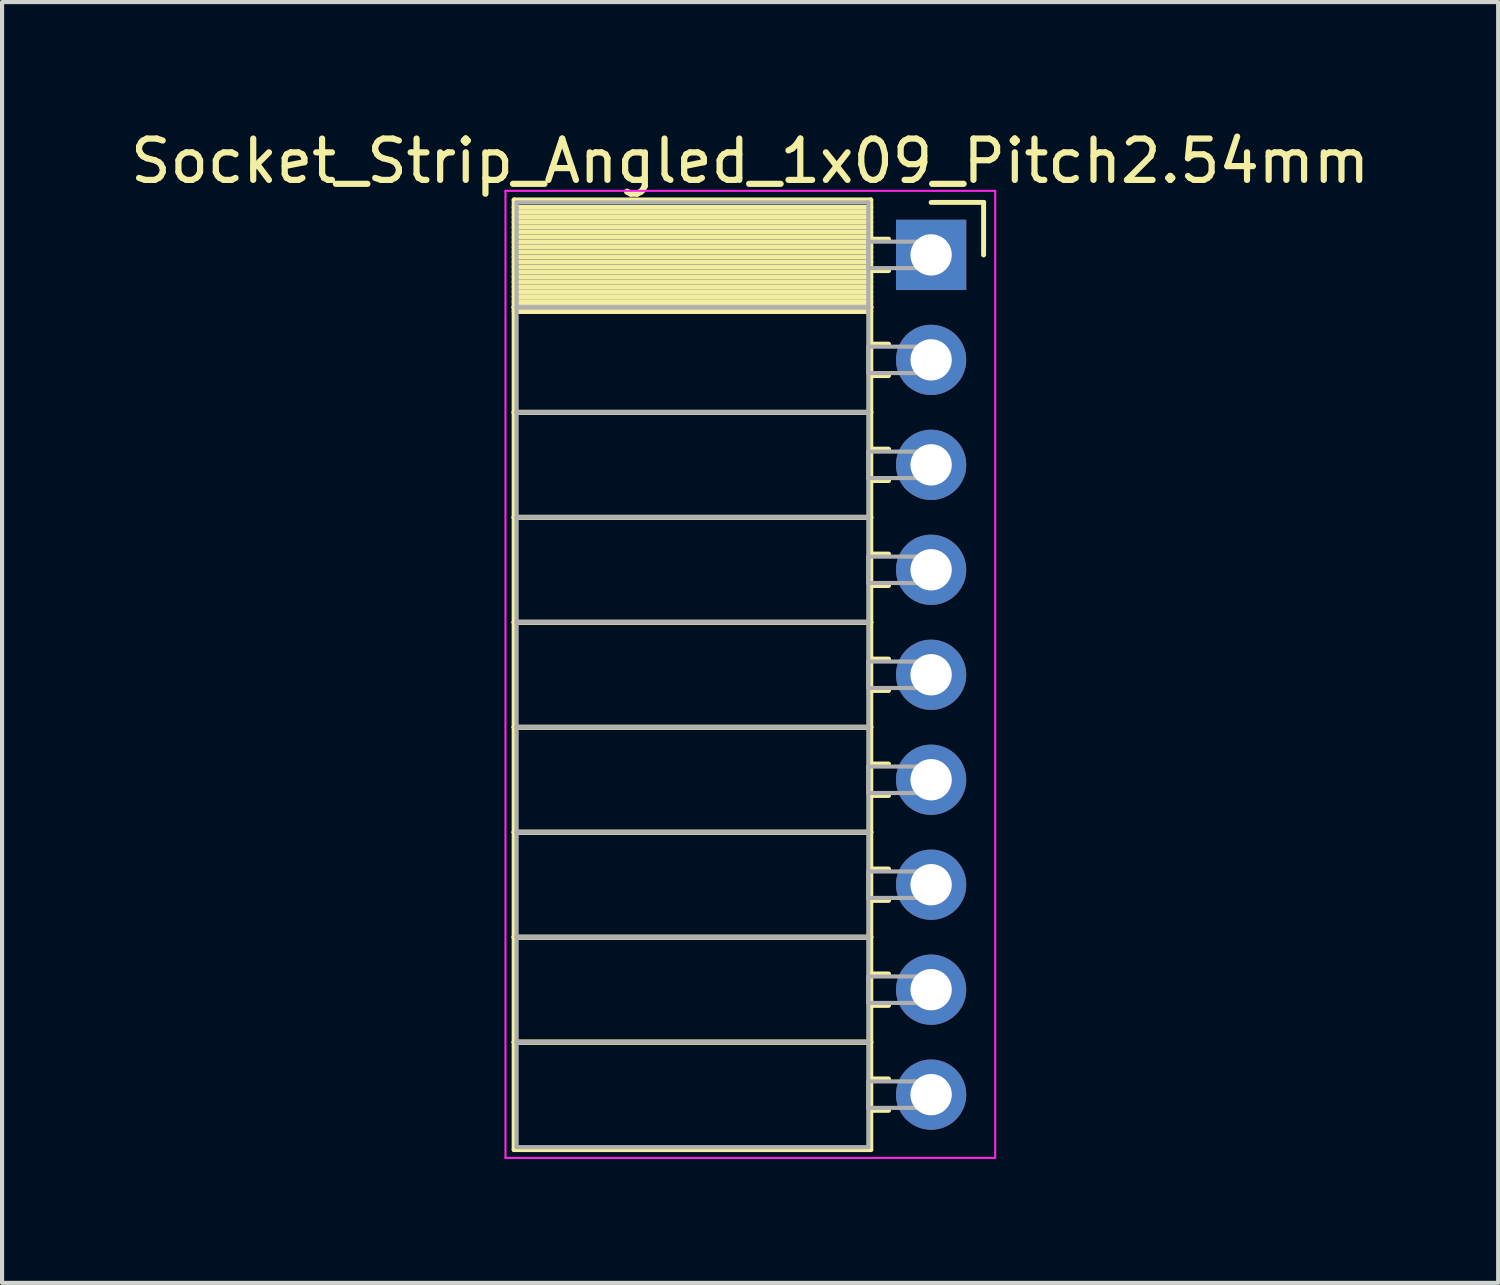
<source format=kicad_pcb>
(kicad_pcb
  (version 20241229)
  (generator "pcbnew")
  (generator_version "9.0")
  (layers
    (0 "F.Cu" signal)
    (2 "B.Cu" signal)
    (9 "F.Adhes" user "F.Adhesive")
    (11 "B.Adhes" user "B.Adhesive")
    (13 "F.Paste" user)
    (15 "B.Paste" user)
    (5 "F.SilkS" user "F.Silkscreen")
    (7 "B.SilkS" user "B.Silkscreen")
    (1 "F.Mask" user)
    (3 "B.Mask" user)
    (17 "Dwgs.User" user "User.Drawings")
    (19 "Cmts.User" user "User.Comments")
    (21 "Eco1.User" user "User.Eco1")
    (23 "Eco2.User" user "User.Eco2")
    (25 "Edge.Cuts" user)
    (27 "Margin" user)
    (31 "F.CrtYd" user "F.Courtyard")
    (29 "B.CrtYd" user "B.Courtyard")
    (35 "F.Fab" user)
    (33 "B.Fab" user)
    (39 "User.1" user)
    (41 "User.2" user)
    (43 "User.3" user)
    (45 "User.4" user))
  (footprint "Socket_Strip_Angled_1x09_Pitch2.54mm"
    (layer "F.Cu")
    (at 19.481 3.118)
    (property "Reference" "Socket_Strip_Angled_1x09_Pitch2.54mm" (at -4.38 -2.27 0) (layer "F.SilkS") (effects (font (size 1 1) (thickness 0.15))))
    (attr through_hole)
    (fp_line (start -10.09 -1.33) (end -1.46 -1.33) (stroke (width 0.12) (type solid)) (layer "F.SilkS"))
    (fp_line (start -10.09 1.27) (end -10.09 -1.33) (stroke (width 0.12) (type solid)) (layer "F.SilkS"))
    (fp_line (start -10.09 1.27) (end -1.46 1.27) (stroke (width 0.12) (type solid)) (layer "F.SilkS"))
    (fp_line (start -10.09 3.81) (end -10.09 1.27) (stroke (width 0.12) (type solid)) (layer "F.SilkS"))
    (fp_line (start -10.09 3.81) (end -1.46 3.81) (stroke (width 0.12) (type solid)) (layer "F.SilkS"))
    (fp_line (start -10.09 6.35) (end -10.09 3.81) (stroke (width 0.12) (type solid)) (layer "F.SilkS"))
    (fp_line (start -10.09 6.35) (end -1.46 6.35) (stroke (width 0.12) (type solid)) (layer "F.SilkS"))
    (fp_line (start -10.09 8.89) (end -10.09 6.35) (stroke (width 0.12) (type solid)) (layer "F.SilkS"))
    (fp_line (start -10.09 8.89) (end -1.46 8.89) (stroke (width 0.12) (type solid)) (layer "F.SilkS"))
    (fp_line (start -10.09 11.43) (end -10.09 8.89) (stroke (width 0.12) (type solid)) (layer "F.SilkS"))
    (fp_line (start -10.09 11.43) (end -1.46 11.43) (stroke (width 0.12) (type solid)) (layer "F.SilkS"))
    (fp_line (start -10.09 13.97) (end -10.09 11.43) (stroke (width 0.12) (type solid)) (layer "F.SilkS"))
    (fp_line (start -10.09 13.97) (end -1.46 13.97) (stroke (width 0.12) (type solid)) (layer "F.SilkS"))
    (fp_line (start -10.09 16.51) (end -10.09 13.97) (stroke (width 0.12) (type solid)) (layer "F.SilkS"))
    (fp_line (start -10.09 16.51) (end -1.46 16.51) (stroke (width 0.12) (type solid)) (layer "F.SilkS"))
    (fp_line (start -10.09 19.05) (end -10.09 16.51) (stroke (width 0.12) (type solid)) (layer "F.SilkS"))
    (fp_line (start -10.09 19.05) (end -1.46 19.05) (stroke (width 0.12) (type solid)) (layer "F.SilkS"))
    (fp_line (start -10.09 21.65) (end -10.09 19.05) (stroke (width 0.12) (type solid)) (layer "F.SilkS"))
    (fp_line (start -1.46 -1.33) (end -1.46 1.27) (stroke (width 0.12) (type solid)) (layer "F.SilkS"))
    (fp_line (start -1.46 -1.15) (end -10.09 -1.15) (stroke (width 0.12) (type solid)) (layer "F.SilkS"))
    (fp_line (start -1.46 -1.03) (end -10.09 -1.03) (stroke (width 0.12) (type solid)) (layer "F.SilkS"))
    (fp_line (start -1.46 -0.91) (end -10.09 -0.91) (stroke (width 0.12) (type solid)) (layer "F.SilkS"))
    (fp_line (start -1.46 -0.79) (end -10.09 -0.79) (stroke (width 0.12) (type solid)) (layer "F.SilkS"))
    (fp_line (start -1.46 -0.67) (end -10.09 -0.67) (stroke (width 0.12) (type solid)) (layer "F.SilkS"))
    (fp_line (start -1.46 -0.55) (end -10.09 -0.55) (stroke (width 0.12) (type solid)) (layer "F.SilkS"))
    (fp_line (start -1.46 -0.43) (end -10.09 -0.43) (stroke (width 0.12) (type solid)) (layer "F.SilkS"))
    (fp_line (start -1.46 -0.31) (end -10.09 -0.31) (stroke (width 0.12) (type solid)) (layer "F.SilkS"))
    (fp_line (start -1.46 -0.19) (end -10.09 -0.19) (stroke (width 0.12) (type solid)) (layer "F.SilkS"))
    (fp_line (start -1.46 -0.07) (end -10.09 -0.07) (stroke (width 0.12) (type solid)) (layer "F.SilkS"))
    (fp_line (start -1.46 0.05) (end -10.09 0.05) (stroke (width 0.12) (type solid)) (layer "F.SilkS"))
    (fp_line (start -1.46 0.17) (end -10.09 0.17) (stroke (width 0.12) (type solid)) (layer "F.SilkS"))
    (fp_line (start -1.46 0.29) (end -10.09 0.29) (stroke (width 0.12) (type solid)) (layer "F.SilkS"))
    (fp_line (start -1.46 0.41) (end -10.09 0.41) (stroke (width 0.12) (type solid)) (layer "F.SilkS"))
    (fp_line (start -1.46 0.53) (end -10.09 0.53) (stroke (width 0.12) (type solid)) (layer "F.SilkS"))
    (fp_line (start -1.46 0.65) (end -10.09 0.65) (stroke (width 0.12) (type solid)) (layer "F.SilkS"))
    (fp_line (start -1.46 0.77) (end -10.09 0.77) (stroke (width 0.12) (type solid)) (layer "F.SilkS"))
    (fp_line (start -1.46 0.89) (end -10.09 0.89) (stroke (width 0.12) (type solid)) (layer "F.SilkS"))
    (fp_line (start -1.46 1.01) (end -10.09 1.01) (stroke (width 0.12) (type solid)) (layer "F.SilkS"))
    (fp_line (start -1.46 1.13) (end -10.09 1.13) (stroke (width 0.12) (type solid)) (layer "F.SilkS"))
    (fp_line (start -1.46 1.25) (end -10.09 1.25) (stroke (width 0.12) (type solid)) (layer "F.SilkS"))
    (fp_line (start -1.46 1.27) (end -10.09 1.27) (stroke (width 0.12) (type solid)) (layer "F.SilkS"))
    (fp_line (start -1.46 1.27) (end -1.46 3.81) (stroke (width 0.12) (type solid)) (layer "F.SilkS"))
    (fp_line (start -1.46 1.37) (end -10.09 1.37) (stroke (width 0.12) (type solid)) (layer "F.SilkS"))
    (fp_line (start -1.46 3.81) (end -10.09 3.81) (stroke (width 0.12) (type solid)) (layer "F.SilkS"))
    (fp_line (start -1.46 3.81) (end -1.46 6.35) (stroke (width 0.12) (type solid)) (layer "F.SilkS"))
    (fp_line (start -1.46 6.35) (end -10.09 6.35) (stroke (width 0.12) (type solid)) (layer "F.SilkS"))
    (fp_line (start -1.46 6.35) (end -1.46 8.89) (stroke (width 0.12) (type solid)) (layer "F.SilkS"))
    (fp_line (start -1.46 8.89) (end -10.09 8.89) (stroke (width 0.12) (type solid)) (layer "F.SilkS"))
    (fp_line (start -1.46 8.89) (end -1.46 11.43) (stroke (width 0.12) (type solid)) (layer "F.SilkS"))
    (fp_line (start -1.46 11.43) (end -10.09 11.43) (stroke (width 0.12) (type solid)) (layer "F.SilkS"))
    (fp_line (start -1.46 11.43) (end -1.46 13.97) (stroke (width 0.12) (type solid)) (layer "F.SilkS"))
    (fp_line (start -1.46 13.97) (end -10.09 13.97) (stroke (width 0.12) (type solid)) (layer "F.SilkS"))
    (fp_line (start -1.46 13.97) (end -1.46 16.51) (stroke (width 0.12) (type solid)) (layer "F.SilkS"))
    (fp_line (start -1.46 16.51) (end -10.09 16.51) (stroke (width 0.12) (type solid)) (layer "F.SilkS"))
    (fp_line (start -1.46 16.51) (end -1.46 19.05) (stroke (width 0.12) (type solid)) (layer "F.SilkS"))
    (fp_line (start -1.46 19.05) (end -10.09 19.05) (stroke (width 0.12) (type solid)) (layer "F.SilkS"))
    (fp_line (start -1.46 19.05) (end -1.46 21.65) (stroke (width 0.12) (type solid)) (layer "F.SilkS"))
    (fp_line (start -1.46 21.65) (end -10.09 21.65) (stroke (width 0.12) (type solid)) (layer "F.SilkS"))
    (fp_line (start -1.03 -0.38) (end -1.46 -0.38) (stroke (width 0.12) (type solid)) (layer "F.SilkS"))
    (fp_line (start -1.03 0.38) (end -1.46 0.38) (stroke (width 0.12) (type solid)) (layer "F.SilkS"))
    (fp_line (start -1.03 2.16) (end -1.46 2.16) (stroke (width 0.12) (type solid)) (layer "F.SilkS"))
    (fp_line (start -1.03 2.92) (end -1.46 2.92) (stroke (width 0.12) (type solid)) (layer "F.SilkS"))
    (fp_line (start -1.03 4.7) (end -1.46 4.7) (stroke (width 0.12) (type solid)) (layer "F.SilkS"))
    (fp_line (start -1.03 5.46) (end -1.46 5.46) (stroke (width 0.12) (type solid)) (layer "F.SilkS"))
    (fp_line (start -1.03 7.24) (end -1.46 7.24) (stroke (width 0.12) (type solid)) (layer "F.SilkS"))
    (fp_line (start -1.03 8) (end -1.46 8) (stroke (width 0.12) (type solid)) (layer "F.SilkS"))
    (fp_line (start -1.03 9.78) (end -1.46 9.78) (stroke (width 0.12) (type solid)) (layer "F.SilkS"))
    (fp_line (start -1.03 10.54) (end -1.46 10.54) (stroke (width 0.12) (type solid)) (layer "F.SilkS"))
    (fp_line (start -1.03 12.32) (end -1.46 12.32) (stroke (width 0.12) (type solid)) (layer "F.SilkS"))
    (fp_line (start -1.03 13.08) (end -1.46 13.08) (stroke (width 0.12) (type solid)) (layer "F.SilkS"))
    (fp_line (start -1.03 14.86) (end -1.46 14.86) (stroke (width 0.12) (type solid)) (layer "F.SilkS"))
    (fp_line (start -1.03 15.62) (end -1.46 15.62) (stroke (width 0.12) (type solid)) (layer "F.SilkS"))
    (fp_line (start -1.03 17.4) (end -1.46 17.4) (stroke (width 0.12) (type solid)) (layer "F.SilkS"))
    (fp_line (start -1.03 18.16) (end -1.46 18.16) (stroke (width 0.12) (type solid)) (layer "F.SilkS"))
    (fp_line (start -1.03 19.94) (end -1.46 19.94) (stroke (width 0.12) (type solid)) (layer "F.SilkS"))
    (fp_line (start -1.03 20.7) (end -1.46 20.7) (stroke (width 0.12) (type solid)) (layer "F.SilkS"))
    (fp_line (start 0 -1.27) (end 1.27 -1.27) (stroke (width 0.12) (type solid)) (layer "F.SilkS"))
    (fp_line (start 1.27 -1.27) (end 1.27 0) (stroke (width 0.12) (type solid)) (layer "F.SilkS"))
    (fp_line (start -10.3 -1.55) (end 1.55 -1.55) (stroke (width 0.05) (type solid)) (layer "F.CrtYd"))
    (fp_line (start -10.3 21.85) (end -10.3 -1.55) (stroke (width 0.05) (type solid)) (layer "F.CrtYd"))
    (fp_line (start 1.55 -1.55) (end 1.55 21.85) (stroke (width 0.05) (type solid)) (layer "F.CrtYd"))
    (fp_line (start 1.55 21.85) (end -10.3 21.85) (stroke (width 0.05) (type solid)) (layer "F.CrtYd"))
    (fp_line (start -10.03 -1.27) (end -1.52 -1.27) (stroke (width 0.1) (type solid)) (layer "F.Fab"))
    (fp_line (start -10.03 1.27) (end -10.03 -1.27) (stroke (width 0.1) (type solid)) (layer "F.Fab"))
    (fp_line (start -10.03 1.27) (end -1.52 1.27) (stroke (width 0.1) (type solid)) (layer "F.Fab"))
    (fp_line (start -10.03 3.81) (end -10.03 1.27) (stroke (width 0.1) (type solid)) (layer "F.Fab"))
    (fp_line (start -10.03 3.81) (end -1.52 3.81) (stroke (width 0.1) (type solid)) (layer "F.Fab"))
    (fp_line (start -10.03 6.35) (end -10.03 3.81) (stroke (width 0.1) (type solid)) (layer "F.Fab"))
    (fp_line (start -10.03 6.35) (end -1.52 6.35) (stroke (width 0.1) (type solid)) (layer "F.Fab"))
    (fp_line (start -10.03 8.89) (end -10.03 6.35) (stroke (width 0.1) (type solid)) (layer "F.Fab"))
    (fp_line (start -10.03 8.89) (end -1.52 8.89) (stroke (width 0.1) (type solid)) (layer "F.Fab"))
    (fp_line (start -10.03 11.43) (end -10.03 8.89) (stroke (width 0.1) (type solid)) (layer "F.Fab"))
    (fp_line (start -10.03 11.43) (end -1.52 11.43) (stroke (width 0.1) (type solid)) (layer "F.Fab"))
    (fp_line (start -10.03 13.97) (end -10.03 11.43) (stroke (width 0.1) (type solid)) (layer "F.Fab"))
    (fp_line (start -10.03 13.97) (end -1.52 13.97) (stroke (width 0.1) (type solid)) (layer "F.Fab"))
    (fp_line (start -10.03 16.51) (end -10.03 13.97) (stroke (width 0.1) (type solid)) (layer "F.Fab"))
    (fp_line (start -10.03 16.51) (end -1.52 16.51) (stroke (width 0.1) (type solid)) (layer "F.Fab"))
    (fp_line (start -10.03 19.05) (end -10.03 16.51) (stroke (width 0.1) (type solid)) (layer "F.Fab"))
    (fp_line (start -10.03 19.05) (end -1.52 19.05) (stroke (width 0.1) (type solid)) (layer "F.Fab"))
    (fp_line (start -10.03 21.59) (end -10.03 19.05) (stroke (width 0.1) (type solid)) (layer "F.Fab"))
    (fp_line (start -1.52 -1.27) (end -1.52 1.27) (stroke (width 0.1) (type solid)) (layer "F.Fab"))
    (fp_line (start -1.52 -0.32) (end 0 -0.32) (stroke (width 0.1) (type solid)) (layer "F.Fab"))
    (fp_line (start -1.52 0.32) (end -1.52 -0.32) (stroke (width 0.1) (type solid)) (layer "F.Fab"))
    (fp_line (start -1.52 1.27) (end -10.03 1.27) (stroke (width 0.1) (type solid)) (layer "F.Fab"))
    (fp_line (start -1.52 1.27) (end -1.52 3.81) (stroke (width 0.1) (type solid)) (layer "F.Fab"))
    (fp_line (start -1.52 2.22) (end 0 2.22) (stroke (width 0.1) (type solid)) (layer "F.Fab"))
    (fp_line (start -1.52 2.86) (end -1.52 2.22) (stroke (width 0.1) (type solid)) (layer "F.Fab"))
    (fp_line (start -1.52 3.81) (end -10.03 3.81) (stroke (width 0.1) (type solid)) (layer "F.Fab"))
    (fp_line (start -1.52 3.81) (end -1.52 6.35) (stroke (width 0.1) (type solid)) (layer "F.Fab"))
    (fp_line (start -1.52 4.76) (end 0 4.76) (stroke (width 0.1) (type solid)) (layer "F.Fab"))
    (fp_line (start -1.52 5.4) (end -1.52 4.76) (stroke (width 0.1) (type solid)) (layer "F.Fab"))
    (fp_line (start -1.52 6.35) (end -10.03 6.35) (stroke (width 0.1) (type solid)) (layer "F.Fab"))
    (fp_line (start -1.52 6.35) (end -1.52 8.89) (stroke (width 0.1) (type solid)) (layer "F.Fab"))
    (fp_line (start -1.52 7.3) (end 0 7.3) (stroke (width 0.1) (type solid)) (layer "F.Fab"))
    (fp_line (start -1.52 7.94) (end -1.52 7.3) (stroke (width 0.1) (type solid)) (layer "F.Fab"))
    (fp_line (start -1.52 8.89) (end -10.03 8.89) (stroke (width 0.1) (type solid)) (layer "F.Fab"))
    (fp_line (start -1.52 8.89) (end -1.52 11.43) (stroke (width 0.1) (type solid)) (layer "F.Fab"))
    (fp_line (start -1.52 9.84) (end 0 9.84) (stroke (width 0.1) (type solid)) (layer "F.Fab"))
    (fp_line (start -1.52 10.48) (end -1.52 9.84) (stroke (width 0.1) (type solid)) (layer "F.Fab"))
    (fp_line (start -1.52 11.43) (end -10.03 11.43) (stroke (width 0.1) (type solid)) (layer "F.Fab"))
    (fp_line (start -1.52 11.43) (end -1.52 13.97) (stroke (width 0.1) (type solid)) (layer "F.Fab"))
    (fp_line (start -1.52 12.38) (end 0 12.38) (stroke (width 0.1) (type solid)) (layer "F.Fab"))
    (fp_line (start -1.52 13.02) (end -1.52 12.38) (stroke (width 0.1) (type solid)) (layer "F.Fab"))
    (fp_line (start -1.52 13.97) (end -10.03 13.97) (stroke (width 0.1) (type solid)) (layer "F.Fab"))
    (fp_line (start -1.52 13.97) (end -1.52 16.51) (stroke (width 0.1) (type solid)) (layer "F.Fab"))
    (fp_line (start -1.52 14.92) (end 0 14.92) (stroke (width 0.1) (type solid)) (layer "F.Fab"))
    (fp_line (start -1.52 15.56) (end -1.52 14.92) (stroke (width 0.1) (type solid)) (layer "F.Fab"))
    (fp_line (start -1.52 16.51) (end -10.03 16.51) (stroke (width 0.1) (type solid)) (layer "F.Fab"))
    (fp_line (start -1.52 16.51) (end -1.52 19.05) (stroke (width 0.1) (type solid)) (layer "F.Fab"))
    (fp_line (start -1.52 17.46) (end 0 17.46) (stroke (width 0.1) (type solid)) (layer "F.Fab"))
    (fp_line (start -1.52 18.1) (end -1.52 17.46) (stroke (width 0.1) (type solid)) (layer "F.Fab"))
    (fp_line (start -1.52 19.05) (end -10.03 19.05) (stroke (width 0.1) (type solid)) (layer "F.Fab"))
    (fp_line (start -1.52 19.05) (end -1.52 21.59) (stroke (width 0.1) (type solid)) (layer "F.Fab"))
    (fp_line (start -1.52 20) (end 0 20) (stroke (width 0.1) (type solid)) (layer "F.Fab"))
    (fp_line (start -1.52 20.64) (end -1.52 20) (stroke (width 0.1) (type solid)) (layer "F.Fab"))
    (fp_line (start -1.52 21.59) (end -10.03 21.59) (stroke (width 0.1) (type solid)) (layer "F.Fab"))
    (fp_line (start 0 -0.32) (end 0 0.32) (stroke (width 0.1) (type solid)) (layer "F.Fab"))
    (fp_line (start 0 0.32) (end -1.52 0.32) (stroke (width 0.1) (type solid)) (layer "F.Fab"))
    (fp_line (start 0 2.22) (end 0 2.86) (stroke (width 0.1) (type solid)) (layer "F.Fab"))
    (fp_line (start 0 2.86) (end -1.52 2.86) (stroke (width 0.1) (type solid)) (layer "F.Fab"))
    (fp_line (start 0 4.76) (end 0 5.4) (stroke (width 0.1) (type solid)) (layer "F.Fab"))
    (fp_line (start 0 5.4) (end -1.52 5.4) (stroke (width 0.1) (type solid)) (layer "F.Fab"))
    (fp_line (start 0 7.3) (end 0 7.94) (stroke (width 0.1) (type solid)) (layer "F.Fab"))
    (fp_line (start 0 7.94) (end -1.52 7.94) (stroke (width 0.1) (type solid)) (layer "F.Fab"))
    (fp_line (start 0 9.84) (end 0 10.48) (stroke (width 0.1) (type solid)) (layer "F.Fab"))
    (fp_line (start 0 10.48) (end -1.52 10.48) (stroke (width 0.1) (type solid)) (layer "F.Fab"))
    (fp_line (start 0 12.38) (end 0 13.02) (stroke (width 0.1) (type solid)) (layer "F.Fab"))
    (fp_line (start 0 13.02) (end -1.52 13.02) (stroke (width 0.1) (type solid)) (layer "F.Fab"))
    (fp_line (start 0 14.92) (end 0 15.56) (stroke (width 0.1) (type solid)) (layer "F.Fab"))
    (fp_line (start 0 15.56) (end -1.52 15.56) (stroke (width 0.1) (type solid)) (layer "F.Fab"))
    (fp_line (start 0 17.46) (end 0 18.1) (stroke (width 0.1) (type solid)) (layer "F.Fab"))
    (fp_line (start 0 18.1) (end -1.52 18.1) (stroke (width 0.1) (type solid)) (layer "F.Fab"))
    (fp_line (start 0 20) (end 0 20.64) (stroke (width 0.1) (type solid)) (layer "F.Fab"))
    (fp_line (start 0 20.64) (end -1.52 20.64) (stroke (width 0.1) (type solid)) (layer "F.Fab"))
    (pad "1" thru_hole rect (at 0 0) (size 1.7 1.7) (drill 1) (layers "*.Cu" "*.Mask"))
    (pad "2" thru_hole oval (at 0 2.54) (size 1.7 1.7) (drill 1) (layers "*.Cu" "*.Mask"))
    (pad "3" thru_hole oval (at 0 5.08) (size 1.7 1.7) (drill 1) (layers "*.Cu" "*.Mask"))
    (pad "4" thru_hole oval (at 0 7.62) (size 1.7 1.7) (drill 1) (layers "*.Cu" "*.Mask"))
    (pad "5" thru_hole oval (at 0 10.16) (size 1.7 1.7) (drill 1) (layers "*.Cu" "*.Mask"))
    (pad "6" thru_hole oval (at 0 12.7) (size 1.7 1.7) (drill 1) (layers "*.Cu" "*.Mask"))
    (pad "7" thru_hole oval (at 0 15.24) (size 1.7 1.7) (drill 1) (layers "*.Cu" "*.Mask"))
    (pad "8" thru_hole oval (at 0 17.78) (size 1.7 1.7) (drill 1) (layers "*.Cu" "*.Mask"))
    (pad "9" thru_hole oval (at 0 20.32) (size 1.7 1.7) (drill 1) (layers "*.Cu" "*.Mask")))
  (gr_rect
    (start -3 -3)
    (end 33.202 27.993)
    (stroke (width 0.1) (type default))
    (fill no)
    (layer "Edge.Cuts")))
</source>
